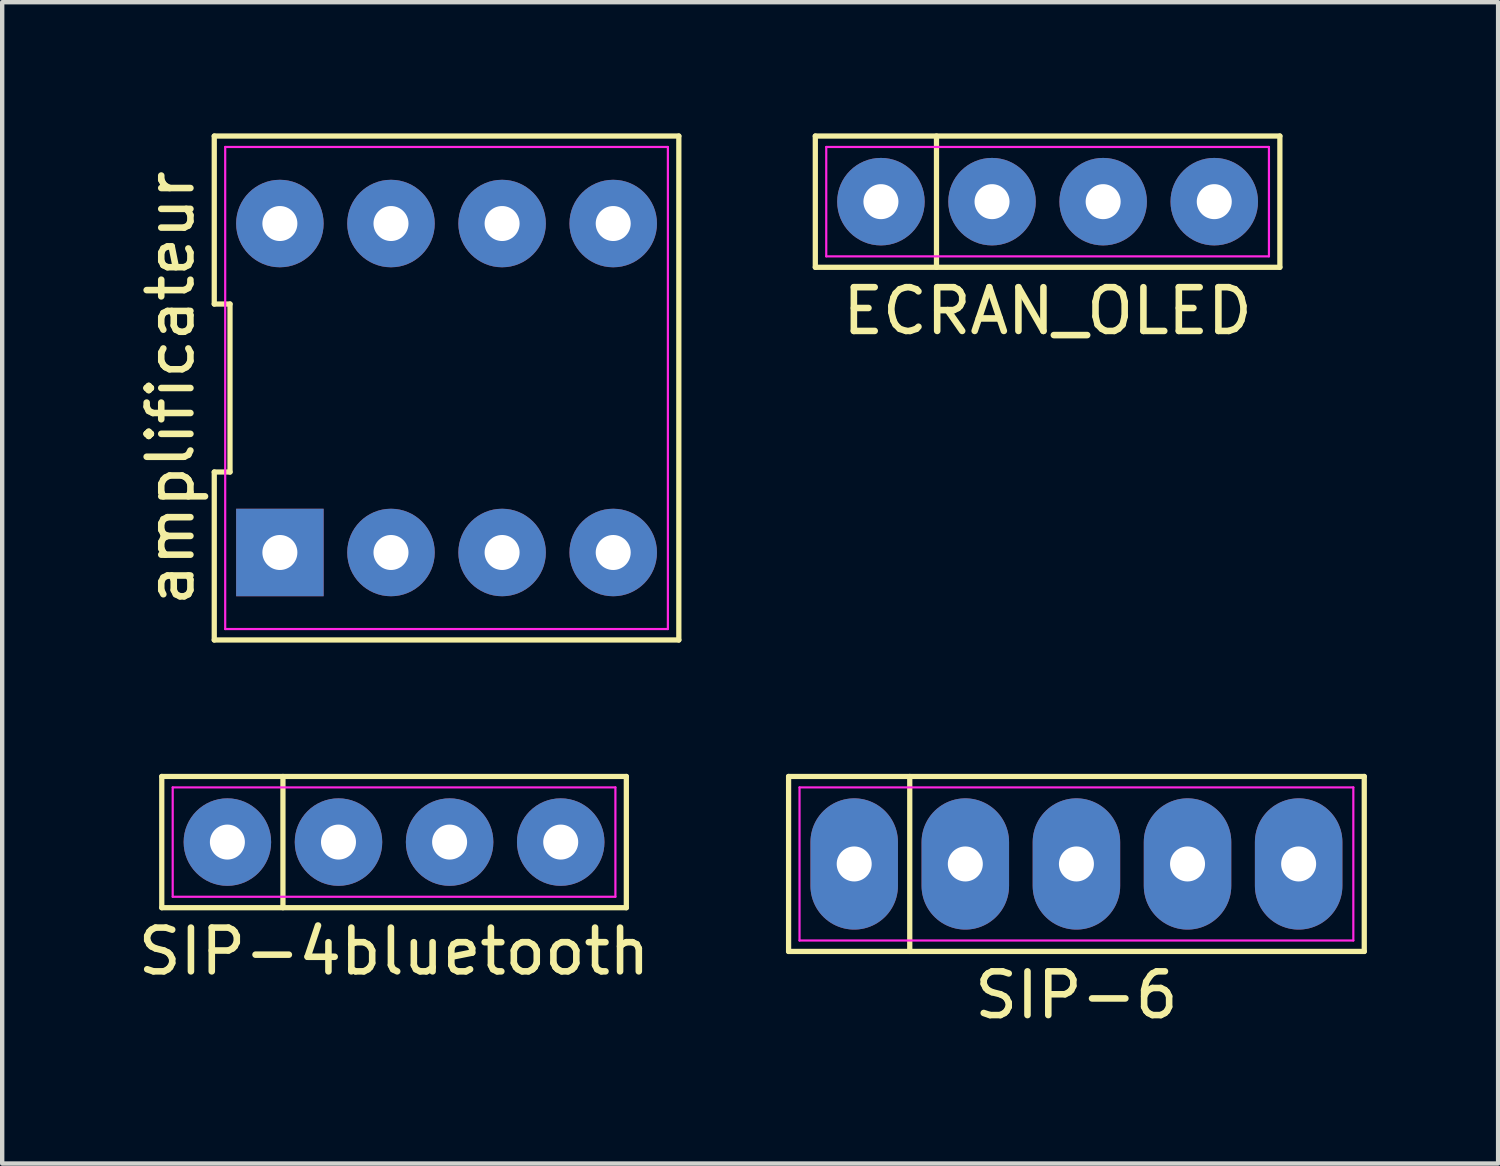
<source format=kicad_pcb>
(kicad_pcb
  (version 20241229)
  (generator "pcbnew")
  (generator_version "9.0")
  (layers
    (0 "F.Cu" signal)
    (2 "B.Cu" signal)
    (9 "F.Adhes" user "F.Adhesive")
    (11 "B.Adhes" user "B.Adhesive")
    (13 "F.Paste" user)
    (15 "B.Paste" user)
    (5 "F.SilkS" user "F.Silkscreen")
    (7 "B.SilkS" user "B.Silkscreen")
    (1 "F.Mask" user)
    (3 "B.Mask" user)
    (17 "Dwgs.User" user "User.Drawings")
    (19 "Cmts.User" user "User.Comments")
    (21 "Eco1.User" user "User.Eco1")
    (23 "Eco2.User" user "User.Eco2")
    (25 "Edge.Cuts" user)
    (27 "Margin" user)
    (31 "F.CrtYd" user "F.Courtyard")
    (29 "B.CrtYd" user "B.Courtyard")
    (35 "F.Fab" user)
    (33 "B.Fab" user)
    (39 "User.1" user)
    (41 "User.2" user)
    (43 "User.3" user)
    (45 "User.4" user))
  (footprint "ECRAN_OLED"
    (layer "F.Cu")
    (at 20.898 1.56)
    (property "Reference" "ECRAN_OLED" (at 0 2.5 0) (layer "F.SilkS") (effects (font (size 1 1) (thickness 0.15))))
    (attr through_hole)
    (fp_line (start -5.31 -1.5) (end 5.31 -1.5) (stroke (width 0.12) (type solid)) (layer "F.SilkS"))
    (fp_line (start -5.31 1.5) (end -5.31 -1.5) (stroke (width 0.12) (type solid)) (layer "F.SilkS"))
    (fp_line (start -2.54 -1.5) (end -2.54 1.5) (stroke (width 0.12) (type solid)) (layer "F.SilkS"))
    (fp_line (start 5.31 -1.5) (end 5.31 1.5) (stroke (width 0.12) (type solid)) (layer "F.SilkS"))
    (fp_line (start 5.31 1.5) (end -5.31 1.5) (stroke (width 0.12) (type solid)) (layer "F.SilkS"))
    (fp_line (start -5.06 -1.25) (end 5.06 -1.25) (stroke (width 0.05) (type solid)) (layer "F.CrtYd"))
    (fp_line (start -5.06 1.25) (end -5.06 -1.25) (stroke (width 0.05) (type solid)) (layer "F.CrtYd"))
    (fp_line (start 5.06 -1.25) (end 5.06 1.25) (stroke (width 0.05) (type solid)) (layer "F.CrtYd"))
    (fp_line (start 5.06 1.25) (end -5.06 1.25) (stroke (width 0.05) (type solid)) (layer "F.CrtYd"))
    (pad "1" thru_hole circle (at -3.81 0) (size 2 2) (drill 0.8) (layers "*.Cu" "*.Mask"))
    (pad "2" thru_hole circle (at -1.27 0) (size 2 2) (drill 0.8) (layers "*.Cu" "*.Mask"))
    (pad "3" thru_hole circle (at 1.27 0) (size 2 2) (drill 0.8) (layers "*.Cu" "*.Mask"))
    (pad "4" thru_hole circle (at 3.81 0) (size 2 2) (drill 0.8) (layers "*.Cu" "*.Mask")))
  (footprint "amplificateur"
    (layer "F.Cu")
    (at 7.158 5.82)
    (property "Reference" "amplificateur" (at -6.31 0 90) (layer "F.SilkS") (effects (font (size 1 1) (thickness 0.15))))
    (attr through_hole)
    (fp_line (start -5.31 -5.76) (end -5.31 -1.92) (stroke (width 0.12) (type solid)) (layer "F.SilkS"))
    (fp_line (start -5.31 -1.92) (end -4.95 -1.92) (stroke (width 0.12) (type solid)) (layer "F.SilkS"))
    (fp_line (start -5.31 1.92) (end -5.31 5.76) (stroke (width 0.12) (type solid)) (layer "F.SilkS"))
    (fp_line (start -5.31 5.76) (end 5.31 5.76) (stroke (width 0.12) (type solid)) (layer "F.SilkS"))
    (fp_line (start -4.95 -1.92) (end -4.95 1.92) (stroke (width 0.12) (type solid)) (layer "F.SilkS"))
    (fp_line (start -4.95 1.92) (end -5.31 1.92) (stroke (width 0.12) (type solid)) (layer "F.SilkS"))
    (fp_line (start 5.31 -5.76) (end -5.31 -5.76) (stroke (width 0.12) (type solid)) (layer "F.SilkS"))
    (fp_line (start 5.31 5.76) (end 5.31 -5.76) (stroke (width 0.12) (type solid)) (layer "F.SilkS"))
    (fp_line (start -5.06 -5.51) (end 5.06 -5.51) (stroke (width 0.05) (type solid)) (layer "F.CrtYd"))
    (fp_line (start -5.06 5.51) (end -5.06 -5.51) (stroke (width 0.05) (type solid)) (layer "F.CrtYd"))
    (fp_line (start 5.06 -5.51) (end 5.06 5.51) (stroke (width 0.05) (type solid)) (layer "F.CrtYd"))
    (fp_line (start 5.06 5.51) (end -5.06 5.51) (stroke (width 0.05) (type solid)) (layer "F.CrtYd"))
    (pad "1" thru_hole rect (at -3.81 3.76) (size 2 2) (drill 0.8) (layers "*.Cu" "*.Mask"))
    (pad "2" thru_hole circle (at -1.27 3.76) (size 2 2) (drill 0.8) (layers "*.Cu" "*.Mask"))
    (pad "3" thru_hole circle (at 1.27 3.76) (size 2 2) (drill 0.8) (layers "*.Cu" "*.Mask"))
    (pad "4" thru_hole circle (at 3.81 3.76) (size 2 2) (drill 0.8) (layers "*.Cu" "*.Mask"))
    (pad "5" thru_hole circle (at 3.81 -3.76) (size 2 2) (drill 0.8) (layers "*.Cu" "*.Mask"))
    (pad "6" thru_hole circle (at 1.27 -3.76) (size 2 2) (drill 0.8) (layers "*.Cu" "*.Mask"))
    (pad "7" thru_hole circle (at -1.27 -3.76) (size 2 2) (drill 0.8) (layers "*.Cu" "*.Mask"))
    (pad "8" thru_hole circle (at -3.81 -3.76) (size 2 2) (drill 0.8) (layers "*.Cu" "*.Mask")))
  (footprint "SIP-6"
    (layer "F.Cu")
    (at 21.557 16.7)
    (property "Reference" "SIP-6" (at 0 3 0) (layer "F.SilkS") (effects (font (size 1 1) (thickness 0.15))))
    (attr through_hole)
    (fp_line (start -6.58 -2) (end 6.58 -2) (stroke (width 0.12) (type solid)) (layer "F.SilkS"))
    (fp_line (start -6.58 2) (end -6.58 -2) (stroke (width 0.12) (type solid)) (layer "F.SilkS"))
    (fp_line (start -3.81 -2) (end -3.81 2) (stroke (width 0.12) (type solid)) (layer "F.SilkS"))
    (fp_line (start 6.58 -2) (end 6.58 2) (stroke (width 0.12) (type solid)) (layer "F.SilkS"))
    (fp_line (start 6.58 2) (end -6.58 2) (stroke (width 0.12) (type solid)) (layer "F.SilkS"))
    (fp_line (start -6.33 -1.75) (end 6.33 -1.75) (stroke (width 0.05) (type solid)) (layer "F.CrtYd"))
    (fp_line (start -6.33 1.75) (end -6.33 -1.75) (stroke (width 0.05) (type solid)) (layer "F.CrtYd"))
    (fp_line (start 6.33 -1.75) (end 6.33 1.75) (stroke (width 0.05) (type solid)) (layer "F.CrtYd"))
    (fp_line (start 6.33 1.75) (end -6.33 1.75) (stroke (width 0.05) (type solid)) (layer "F.CrtYd"))
    (pad "1" thru_hole oval (at -5.08 0) (size 2 3) (drill 0.8) (layers "*.Cu" "*.Mask"))
    (pad "2" thru_hole oval (at -2.54 0) (size 2 3) (drill 0.8) (layers "*.Cu" "*.Mask"))
    (pad "3" thru_hole oval (at 0 0) (size 2 3) (drill 0.8) (layers "*.Cu" "*.Mask"))
    (pad "4" thru_hole oval (at 2.54 0) (size 2 3) (drill 0.8) (layers "*.Cu" "*.Mask"))
    (pad "5" thru_hole oval (at 5.08 0) (size 2 3) (drill 0.8) (layers "*.Cu" "*.Mask")))
  (footprint "SIP-4bluetooth"
    (layer "F.Cu")
    (at 5.958 16.2)
    (property "Reference" "SIP-4bluetooth" (at 0 2.5 0) (layer "F.SilkS") (effects (font (size 1 1) (thickness 0.15))))
    (attr through_hole)
    (fp_line (start -5.31 -1.5) (end 5.31 -1.5) (stroke (width 0.12) (type solid)) (layer "F.SilkS"))
    (fp_line (start -5.31 1.5) (end -5.31 -1.5) (stroke (width 0.12) (type solid)) (layer "F.SilkS"))
    (fp_line (start -2.54 -1.5) (end -2.54 1.5) (stroke (width 0.12) (type solid)) (layer "F.SilkS"))
    (fp_line (start 5.31 -1.5) (end 5.31 1.5) (stroke (width 0.12) (type solid)) (layer "F.SilkS"))
    (fp_line (start 5.31 1.5) (end -5.31 1.5) (stroke (width 0.12) (type solid)) (layer "F.SilkS"))
    (fp_line (start -5.06 -1.25) (end 5.06 -1.25) (stroke (width 0.05) (type solid)) (layer "F.CrtYd"))
    (fp_line (start -5.06 1.25) (end -5.06 -1.25) (stroke (width 0.05) (type solid)) (layer "F.CrtYd"))
    (fp_line (start 5.06 -1.25) (end 5.06 1.25) (stroke (width 0.05) (type solid)) (layer "F.CrtYd"))
    (fp_line (start 5.06 1.25) (end -5.06 1.25) (stroke (width 0.05) (type solid)) (layer "F.CrtYd"))
    (pad "1" thru_hole circle (at -3.81 0) (size 2 2) (drill 0.8) (layers "*.Cu" "*.Mask"))
    (pad "2" thru_hole circle (at -1.27 0) (size 2 2) (drill 0.8) (layers "*.Cu" "*.Mask"))
    (pad "3" thru_hole circle (at 1.27 0) (size 2 2) (drill 0.8) (layers "*.Cu" "*.Mask"))
    (pad "4" thru_hole circle (at 3.81 0) (size 2 2) (drill 0.8) (layers "*.Cu" "*.Mask")))
  (gr_rect
    (start -3 -3)
    (end 31.197 23.548)
    (stroke (width 0.1) (type default))
    (fill no)
    (layer "Edge.Cuts")))
</source>
